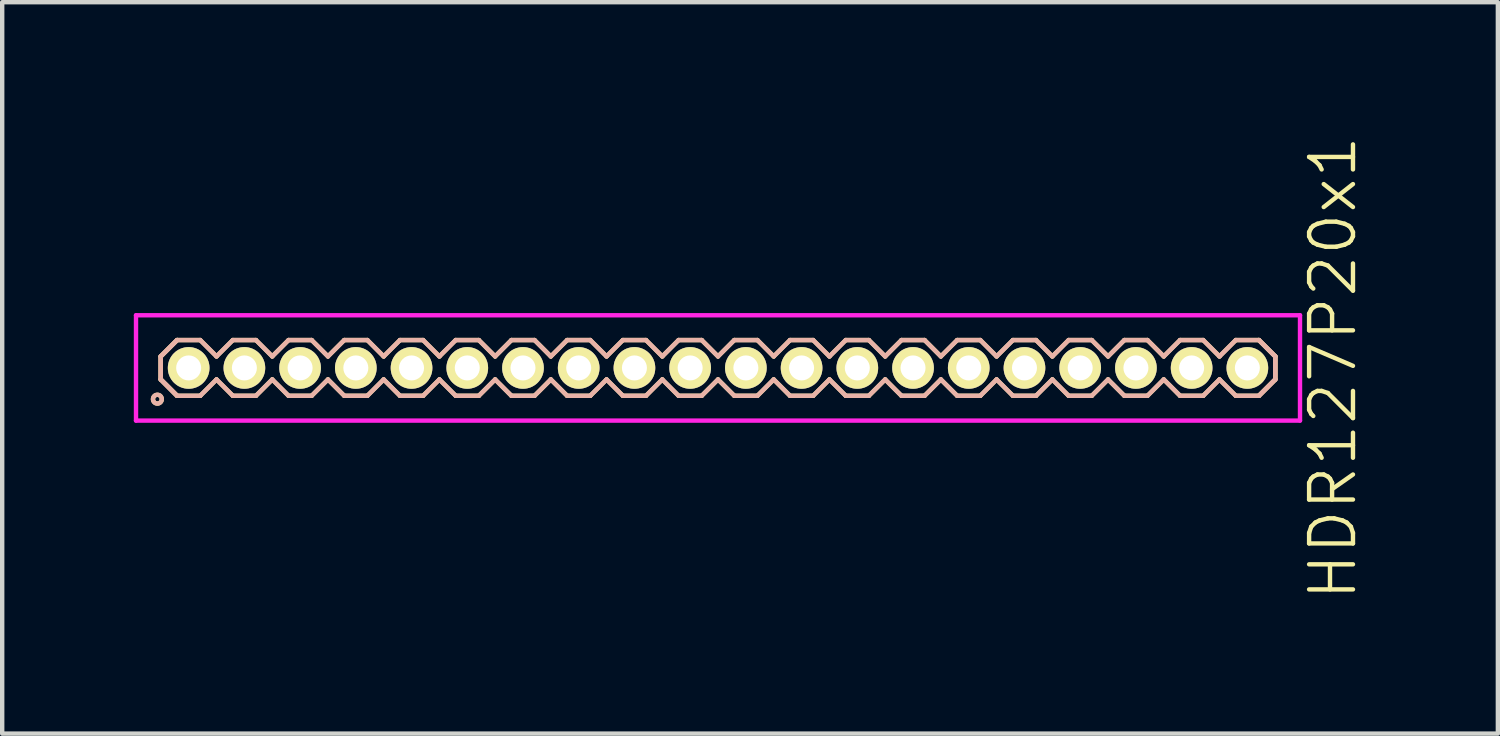
<source format=kicad_pcb>
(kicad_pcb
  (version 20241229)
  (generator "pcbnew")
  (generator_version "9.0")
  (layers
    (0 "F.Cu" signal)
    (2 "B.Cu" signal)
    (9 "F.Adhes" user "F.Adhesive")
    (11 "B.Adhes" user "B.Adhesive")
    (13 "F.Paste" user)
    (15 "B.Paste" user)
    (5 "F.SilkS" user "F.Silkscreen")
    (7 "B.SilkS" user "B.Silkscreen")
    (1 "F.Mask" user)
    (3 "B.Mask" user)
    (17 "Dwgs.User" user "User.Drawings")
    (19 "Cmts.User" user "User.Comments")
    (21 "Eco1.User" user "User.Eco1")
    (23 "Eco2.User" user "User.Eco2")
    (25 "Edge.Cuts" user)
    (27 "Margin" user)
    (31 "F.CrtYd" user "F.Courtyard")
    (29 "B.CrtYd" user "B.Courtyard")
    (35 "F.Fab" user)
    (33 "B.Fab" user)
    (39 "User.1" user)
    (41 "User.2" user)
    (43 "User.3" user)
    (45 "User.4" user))
  (footprint "HDR127P20x1"
    (layer "F.Cu")
    (at 13.315 5.336)
    (property "Reference" "HDR127P20x1" (at 14.015 0 90) (layer "F.SilkS") (effects (font (size 1 1) (thickness 0.1))))
    (attr through_hole)
    (fp_line (start -12.7 -0.263) (end -12.328 -0.635) (stroke (width 0.1) (type solid)) (layer "F.SilkS"))
    (fp_line (start -12.7 -0.263) (end -12.328 -0.635) (stroke (width 0.1) (type solid)) (layer "F.SilkS"))
    (fp_line (start -12.7 0.263) (end -12.7 -0.263) (stroke (width 0.1) (type solid)) (layer "F.SilkS"))
    (fp_line (start -12.7 0.263) (end -12.7 -0.263) (stroke (width 0.1) (type solid)) (layer "F.SilkS"))
    (fp_line (start -12.328 -0.635) (end -11.802 -0.635) (stroke (width 0.1) (type solid)) (layer "F.SilkS"))
    (fp_line (start -12.328 0.635) (end -12.7 0.263) (stroke (width 0.1) (type solid)) (layer "F.SilkS"))
    (fp_line (start -12.328 0.635) (end -12.7 0.263) (stroke (width 0.1) (type solid)) (layer "F.SilkS"))
    (fp_line (start -11.802 -0.635) (end -11.43 -0.263) (stroke (width 0.1) (type solid)) (layer "F.SilkS"))
    (fp_line (start -11.802 0.635) (end -12.328 0.635) (stroke (width 0.1) (type solid)) (layer "F.SilkS"))
    (fp_line (start -11.43 -0.263) (end -11.058 -0.635) (stroke (width 0.1) (type solid)) (layer "F.SilkS"))
    (fp_line (start -11.43 0.263) (end -11.802 0.635) (stroke (width 0.1) (type solid)) (layer "F.SilkS"))
    (fp_line (start -11.058 -0.635) (end -10.532 -0.635) (stroke (width 0.1) (type solid)) (layer "F.SilkS"))
    (fp_line (start -11.058 0.635) (end -11.43 0.263) (stroke (width 0.1) (type solid)) (layer "F.SilkS"))
    (fp_line (start -10.532 -0.635) (end -10.16 -0.263) (stroke (width 0.1) (type solid)) (layer "F.SilkS"))
    (fp_line (start -10.532 0.635) (end -11.058 0.635) (stroke (width 0.1) (type solid)) (layer "F.SilkS"))
    (fp_line (start -10.16 -0.263) (end -9.788 -0.635) (stroke (width 0.1) (type solid)) (layer "F.SilkS"))
    (fp_line (start -10.16 0.263) (end -10.532 0.635) (stroke (width 0.1) (type solid)) (layer "F.SilkS"))
    (fp_line (start -9.788 -0.635) (end -9.262 -0.635) (stroke (width 0.1) (type solid)) (layer "F.SilkS"))
    (fp_line (start -9.788 0.635) (end -10.16 0.263) (stroke (width 0.1) (type solid)) (layer "F.SilkS"))
    (fp_line (start -9.262 -0.635) (end -8.89 -0.263) (stroke (width 0.1) (type solid)) (layer "F.SilkS"))
    (fp_line (start -9.262 0.635) (end -9.788 0.635) (stroke (width 0.1) (type solid)) (layer "F.SilkS"))
    (fp_line (start -8.89 -0.263) (end -8.518 -0.635) (stroke (width 0.1) (type solid)) (layer "F.SilkS"))
    (fp_line (start -8.89 0.263) (end -9.262 0.635) (stroke (width 0.1) (type solid)) (layer "F.SilkS"))
    (fp_line (start -8.518 -0.635) (end -7.992 -0.635) (stroke (width 0.1) (type solid)) (layer "F.SilkS"))
    (fp_line (start -8.518 0.635) (end -8.89 0.263) (stroke (width 0.1) (type solid)) (layer "F.SilkS"))
    (fp_line (start -7.992 -0.635) (end -7.62 -0.263) (stroke (width 0.1) (type solid)) (layer "F.SilkS"))
    (fp_line (start -7.992 0.635) (end -8.518 0.635) (stroke (width 0.1) (type solid)) (layer "F.SilkS"))
    (fp_line (start -7.62 -0.263) (end -7.248 -0.635) (stroke (width 0.1) (type solid)) (layer "F.SilkS"))
    (fp_line (start -7.62 0.263) (end -7.992 0.635) (stroke (width 0.1) (type solid)) (layer "F.SilkS"))
    (fp_line (start -7.248 -0.635) (end -6.722 -0.635) (stroke (width 0.1) (type solid)) (layer "F.SilkS"))
    (fp_line (start -7.248 0.635) (end -7.62 0.263) (stroke (width 0.1) (type solid)) (layer "F.SilkS"))
    (fp_line (start -6.722 -0.635) (end -6.35 -0.263) (stroke (width 0.1) (type solid)) (layer "F.SilkS"))
    (fp_line (start -6.722 0.635) (end -7.248 0.635) (stroke (width 0.1) (type solid)) (layer "F.SilkS"))
    (fp_line (start -6.35 -0.263) (end -5.978 -0.635) (stroke (width 0.1) (type solid)) (layer "F.SilkS"))
    (fp_line (start -6.35 0.263) (end -6.722 0.635) (stroke (width 0.1) (type solid)) (layer "F.SilkS"))
    (fp_line (start -5.978 -0.635) (end -5.452 -0.635) (stroke (width 0.1) (type solid)) (layer "F.SilkS"))
    (fp_line (start -5.978 0.635) (end -6.35 0.263) (stroke (width 0.1) (type solid)) (layer "F.SilkS"))
    (fp_line (start -5.452 -0.635) (end -5.08 -0.263) (stroke (width 0.1) (type solid)) (layer "F.SilkS"))
    (fp_line (start -5.452 0.635) (end -5.978 0.635) (stroke (width 0.1) (type solid)) (layer "F.SilkS"))
    (fp_line (start -5.08 -0.263) (end -4.708 -0.635) (stroke (width 0.1) (type solid)) (layer "F.SilkS"))
    (fp_line (start -5.08 0.263) (end -5.452 0.635) (stroke (width 0.1) (type solid)) (layer "F.SilkS"))
    (fp_line (start -4.708 -0.635) (end -4.182 -0.635) (stroke (width 0.1) (type solid)) (layer "F.SilkS"))
    (fp_line (start -4.708 0.635) (end -5.08 0.263) (stroke (width 0.1) (type solid)) (layer "F.SilkS"))
    (fp_line (start -4.182 -0.635) (end -3.81 -0.263) (stroke (width 0.1) (type solid)) (layer "F.SilkS"))
    (fp_line (start -4.182 0.635) (end -4.708 0.635) (stroke (width 0.1) (type solid)) (layer "F.SilkS"))
    (fp_line (start -3.81 -0.263) (end -3.438 -0.635) (stroke (width 0.1) (type solid)) (layer "F.SilkS"))
    (fp_line (start -3.81 0.263) (end -4.182 0.635) (stroke (width 0.1) (type solid)) (layer "F.SilkS"))
    (fp_line (start -3.438 -0.635) (end -2.912 -0.635) (stroke (width 0.1) (type solid)) (layer "F.SilkS"))
    (fp_line (start -3.438 0.635) (end -3.81 0.263) (stroke (width 0.1) (type solid)) (layer "F.SilkS"))
    (fp_line (start -2.912 -0.635) (end -2.54 -0.263) (stroke (width 0.1) (type solid)) (layer "F.SilkS"))
    (fp_line (start -2.912 0.635) (end -3.438 0.635) (stroke (width 0.1) (type solid)) (layer "F.SilkS"))
    (fp_line (start -2.54 -0.263) (end -2.168 -0.635) (stroke (width 0.1) (type solid)) (layer "F.SilkS"))
    (fp_line (start -2.54 0.263) (end -2.912 0.635) (stroke (width 0.1) (type solid)) (layer "F.SilkS"))
    (fp_line (start -2.168 -0.635) (end -1.642 -0.635) (stroke (width 0.1) (type solid)) (layer "F.SilkS"))
    (fp_line (start -2.168 0.635) (end -2.54 0.263) (stroke (width 0.1) (type solid)) (layer "F.SilkS"))
    (fp_line (start -1.642 -0.635) (end -1.27 -0.263) (stroke (width 0.1) (type solid)) (layer "F.SilkS"))
    (fp_line (start -1.642 0.635) (end -2.168 0.635) (stroke (width 0.1) (type solid)) (layer "F.SilkS"))
    (fp_line (start -1.27 -0.263) (end -0.898 -0.635) (stroke (width 0.1) (type solid)) (layer "F.SilkS"))
    (fp_line (start -1.27 0.263) (end -1.642 0.635) (stroke (width 0.1) (type solid)) (layer "F.SilkS"))
    (fp_line (start -0.898 -0.635) (end -0.372 -0.635) (stroke (width 0.1) (type solid)) (layer "F.SilkS"))
    (fp_line (start -0.898 0.635) (end -1.27 0.263) (stroke (width 0.1) (type solid)) (layer "F.SilkS"))
    (fp_line (start -0.372 -0.635) (end 0 -0.263) (stroke (width 0.1) (type solid)) (layer "F.SilkS"))
    (fp_line (start -0.372 0.635) (end -0.898 0.635) (stroke (width 0.1) (type solid)) (layer "F.SilkS"))
    (fp_line (start 0 -0.263) (end 0.372 -0.635) (stroke (width 0.1) (type solid)) (layer "F.SilkS"))
    (fp_line (start 0 0.263) (end -0.372 0.635) (stroke (width 0.1) (type solid)) (layer "F.SilkS"))
    (fp_line (start 0.372 -0.635) (end 0.898 -0.635) (stroke (width 0.1) (type solid)) (layer "F.SilkS"))
    (fp_line (start 0.372 0.635) (end 0 0.263) (stroke (width 0.1) (type solid)) (layer "F.SilkS"))
    (fp_line (start 0.898 -0.635) (end 1.27 -0.263) (stroke (width 0.1) (type solid)) (layer "F.SilkS"))
    (fp_line (start 0.898 0.635) (end 0.372 0.635) (stroke (width 0.1) (type solid)) (layer "F.SilkS"))
    (fp_line (start 1.27 -0.263) (end 1.642 -0.635) (stroke (width 0.1) (type solid)) (layer "F.SilkS"))
    (fp_line (start 1.27 0.263) (end 0.898 0.635) (stroke (width 0.1) (type solid)) (layer "F.SilkS"))
    (fp_line (start 1.642 -0.635) (end 2.168 -0.635) (stroke (width 0.1) (type solid)) (layer "F.SilkS"))
    (fp_line (start 1.642 0.635) (end 1.27 0.263) (stroke (width 0.1) (type solid)) (layer "F.SilkS"))
    (fp_line (start 2.168 -0.635) (end 2.54 -0.263) (stroke (width 0.1) (type solid)) (layer "F.SilkS"))
    (fp_line (start 2.168 0.635) (end 1.642 0.635) (stroke (width 0.1) (type solid)) (layer "F.SilkS"))
    (fp_line (start 2.54 -0.263) (end 2.912 -0.635) (stroke (width 0.1) (type solid)) (layer "F.SilkS"))
    (fp_line (start 2.54 0.263) (end 2.168 0.635) (stroke (width 0.1) (type solid)) (layer "F.SilkS"))
    (fp_line (start 2.912 -0.635) (end 3.438 -0.635) (stroke (width 0.1) (type solid)) (layer "F.SilkS"))
    (fp_line (start 2.912 0.635) (end 2.54 0.263) (stroke (width 0.1) (type solid)) (layer "F.SilkS"))
    (fp_line (start 3.438 -0.635) (end 3.81 -0.263) (stroke (width 0.1) (type solid)) (layer "F.SilkS"))
    (fp_line (start 3.438 0.635) (end 2.912 0.635) (stroke (width 0.1) (type solid)) (layer "F.SilkS"))
    (fp_line (start 3.81 -0.263) (end 4.182 -0.635) (stroke (width 0.1) (type solid)) (layer "F.SilkS"))
    (fp_line (start 3.81 0.263) (end 3.438 0.635) (stroke (width 0.1) (type solid)) (layer "F.SilkS"))
    (fp_line (start 4.182 -0.635) (end 4.708 -0.635) (stroke (width 0.1) (type solid)) (layer "F.SilkS"))
    (fp_line (start 4.182 0.635) (end 3.81 0.263) (stroke (width 0.1) (type solid)) (layer "F.SilkS"))
    (fp_line (start 4.708 -0.635) (end 5.08 -0.263) (stroke (width 0.1) (type solid)) (layer "F.SilkS"))
    (fp_line (start 4.708 0.635) (end 4.182 0.635) (stroke (width 0.1) (type solid)) (layer "F.SilkS"))
    (fp_line (start 5.08 -0.263) (end 5.452 -0.635) (stroke (width 0.1) (type solid)) (layer "F.SilkS"))
    (fp_line (start 5.08 0.263) (end 4.708 0.635) (stroke (width 0.1) (type solid)) (layer "F.SilkS"))
    (fp_line (start 5.452 -0.635) (end 5.978 -0.635) (stroke (width 0.1) (type solid)) (layer "F.SilkS"))
    (fp_line (start 5.452 0.635) (end 5.08 0.263) (stroke (width 0.1) (type solid)) (layer "F.SilkS"))
    (fp_line (start 5.978 -0.635) (end 6.35 -0.263) (stroke (width 0.1) (type solid)) (layer "F.SilkS"))
    (fp_line (start 5.978 0.635) (end 5.452 0.635) (stroke (width 0.1) (type solid)) (layer "F.SilkS"))
    (fp_line (start 6.35 -0.263) (end 6.722 -0.635) (stroke (width 0.1) (type solid)) (layer "F.SilkS"))
    (fp_line (start 6.35 0.263) (end 5.978 0.635) (stroke (width 0.1) (type solid)) (layer "F.SilkS"))
    (fp_line (start 6.722 -0.635) (end 7.248 -0.635) (stroke (width 0.1) (type solid)) (layer "F.SilkS"))
    (fp_line (start 6.722 0.635) (end 6.35 0.263) (stroke (width 0.1) (type solid)) (layer "F.SilkS"))
    (fp_line (start 7.248 -0.635) (end 7.62 -0.263) (stroke (width 0.1) (type solid)) (layer "F.SilkS"))
    (fp_line (start 7.248 0.635) (end 6.722 0.635) (stroke (width 0.1) (type solid)) (layer "F.SilkS"))
    (fp_line (start 7.62 -0.263) (end 7.992 -0.635) (stroke (width 0.1) (type solid)) (layer "F.SilkS"))
    (fp_line (start 7.62 0.263) (end 7.248 0.635) (stroke (width 0.1) (type solid)) (layer "F.SilkS"))
    (fp_line (start 7.992 -0.635) (end 8.518 -0.635) (stroke (width 0.1) (type solid)) (layer "F.SilkS"))
    (fp_line (start 7.992 0.635) (end 7.62 0.263) (stroke (width 0.1) (type solid)) (layer "F.SilkS"))
    (fp_line (start 8.518 -0.635) (end 8.89 -0.263) (stroke (width 0.1) (type solid)) (layer "F.SilkS"))
    (fp_line (start 8.518 0.635) (end 7.992 0.635) (stroke (width 0.1) (type solid)) (layer "F.SilkS"))
    (fp_line (start 8.89 -0.263) (end 9.262 -0.635) (stroke (width 0.1) (type solid)) (layer "F.SilkS"))
    (fp_line (start 8.89 0.263) (end 8.518 0.635) (stroke (width 0.1) (type solid)) (layer "F.SilkS"))
    (fp_line (start 9.262 -0.635) (end 9.788 -0.635) (stroke (width 0.1) (type solid)) (layer "F.SilkS"))
    (fp_line (start 9.262 0.635) (end 8.89 0.263) (stroke (width 0.1) (type solid)) (layer "F.SilkS"))
    (fp_line (start 9.788 -0.635) (end 10.16 -0.263) (stroke (width 0.1) (type solid)) (layer "F.SilkS"))
    (fp_line (start 9.788 0.635) (end 9.262 0.635) (stroke (width 0.1) (type solid)) (layer "F.SilkS"))
    (fp_line (start 10.16 -0.263) (end 10.532 -0.635) (stroke (width 0.1) (type solid)) (layer "F.SilkS"))
    (fp_line (start 10.16 0.263) (end 9.788 0.635) (stroke (width 0.1) (type solid)) (layer "F.SilkS"))
    (fp_line (start 10.532 -0.635) (end 11.058 -0.635) (stroke (width 0.1) (type solid)) (layer "F.SilkS"))
    (fp_line (start 10.532 0.635) (end 10.16 0.263) (stroke (width 0.1) (type solid)) (layer "F.SilkS"))
    (fp_line (start 11.058 -0.635) (end 11.43 -0.263) (stroke (width 0.1) (type solid)) (layer "F.SilkS"))
    (fp_line (start 11.058 0.635) (end 10.532 0.635) (stroke (width 0.1) (type solid)) (layer "F.SilkS"))
    (fp_line (start 11.43 -0.263) (end 11.802 -0.635) (stroke (width 0.1) (type solid)) (layer "F.SilkS"))
    (fp_line (start 11.43 0.263) (end 11.058 0.635) (stroke (width 0.1) (type solid)) (layer "F.SilkS"))
    (fp_line (start 11.802 -0.635) (end 12.328 -0.635) (stroke (width 0.1) (type solid)) (layer "F.SilkS"))
    (fp_line (start 11.802 0.635) (end 11.43 0.263) (stroke (width 0.1) (type solid)) (layer "F.SilkS"))
    (fp_line (start 12.328 -0.635) (end 12.7 -0.263) (stroke (width 0.1) (type solid)) (layer "F.SilkS"))
    (fp_line (start 12.328 -0.635) (end 12.7 -0.263) (stroke (width 0.1) (type solid)) (layer "F.SilkS"))
    (fp_line (start 12.328 0.635) (end 11.802 0.635) (stroke (width 0.1) (type solid)) (layer "F.SilkS"))
    (fp_line (start 12.7 -0.263) (end 12.7 0.263) (stroke (width 0.1) (type solid)) (layer "F.SilkS"))
    (fp_line (start 12.7 -0.263) (end 12.7 0.263) (stroke (width 0.1) (type solid)) (layer "F.SilkS"))
    (fp_line (start 12.7 0.263) (end 12.328 0.635) (stroke (width 0.1) (type solid)) (layer "F.SilkS"))
    (fp_line (start 12.7 0.263) (end 12.328 0.635) (stroke (width 0.1) (type solid)) (layer "F.SilkS"))
    (fp_circle (center -12.778 0.712) (end -12.678 0.712) (stroke (width 0.1) (type solid)) (fill no) (layer "F.SilkS"))
    (fp_line (start -12.7 -0.263) (end -12.328 -0.635) (stroke (width 0.1) (type solid)) (layer "B.SilkS"))
    (fp_line (start -12.7 -0.263) (end -12.328 -0.635) (stroke (width 0.1) (type solid)) (layer "B.SilkS"))
    (fp_line (start -12.7 0.263) (end -12.7 -0.263) (stroke (width 0.1) (type solid)) (layer "B.SilkS"))
    (fp_line (start -12.7 0.263) (end -12.7 -0.263) (stroke (width 0.1) (type solid)) (layer "B.SilkS"))
    (fp_line (start -12.328 -0.635) (end -11.802 -0.635) (stroke (width 0.1) (type solid)) (layer "B.SilkS"))
    (fp_line (start -12.328 0.635) (end -12.7 0.263) (stroke (width 0.1) (type solid)) (layer "B.SilkS"))
    (fp_line (start -12.328 0.635) (end -12.7 0.263) (stroke (width 0.1) (type solid)) (layer "B.SilkS"))
    (fp_line (start -11.802 -0.635) (end -11.43 -0.263) (stroke (width 0.1) (type solid)) (layer "B.SilkS"))
    (fp_line (start -11.802 0.635) (end -12.328 0.635) (stroke (width 0.1) (type solid)) (layer "B.SilkS"))
    (fp_line (start -11.43 -0.263) (end -11.058 -0.635) (stroke (width 0.1) (type solid)) (layer "B.SilkS"))
    (fp_line (start -11.43 0.263) (end -11.802 0.635) (stroke (width 0.1) (type solid)) (layer "B.SilkS"))
    (fp_line (start -11.058 -0.635) (end -10.532 -0.635) (stroke (width 0.1) (type solid)) (layer "B.SilkS"))
    (fp_line (start -11.058 0.635) (end -11.43 0.263) (stroke (width 0.1) (type solid)) (layer "B.SilkS"))
    (fp_line (start -10.532 -0.635) (end -10.16 -0.263) (stroke (width 0.1) (type solid)) (layer "B.SilkS"))
    (fp_line (start -10.532 0.635) (end -11.058 0.635) (stroke (width 0.1) (type solid)) (layer "B.SilkS"))
    (fp_line (start -10.16 -0.263) (end -9.788 -0.635) (stroke (width 0.1) (type solid)) (layer "B.SilkS"))
    (fp_line (start -10.16 0.263) (end -10.532 0.635) (stroke (width 0.1) (type solid)) (layer "B.SilkS"))
    (fp_line (start -9.788 -0.635) (end -9.262 -0.635) (stroke (width 0.1) (type solid)) (layer "B.SilkS"))
    (fp_line (start -9.788 0.635) (end -10.16 0.263) (stroke (width 0.1) (type solid)) (layer "B.SilkS"))
    (fp_line (start -9.262 -0.635) (end -8.89 -0.263) (stroke (width 0.1) (type solid)) (layer "B.SilkS"))
    (fp_line (start -9.262 0.635) (end -9.788 0.635) (stroke (width 0.1) (type solid)) (layer "B.SilkS"))
    (fp_line (start -8.89 -0.263) (end -8.518 -0.635) (stroke (width 0.1) (type solid)) (layer "B.SilkS"))
    (fp_line (start -8.89 0.263) (end -9.262 0.635) (stroke (width 0.1) (type solid)) (layer "B.SilkS"))
    (fp_line (start -8.518 -0.635) (end -7.992 -0.635) (stroke (width 0.1) (type solid)) (layer "B.SilkS"))
    (fp_line (start -8.518 0.635) (end -8.89 0.263) (stroke (width 0.1) (type solid)) (layer "B.SilkS"))
    (fp_line (start -7.992 -0.635) (end -7.62 -0.263) (stroke (width 0.1) (type solid)) (layer "B.SilkS"))
    (fp_line (start -7.992 0.635) (end -8.518 0.635) (stroke (width 0.1) (type solid)) (layer "B.SilkS"))
    (fp_line (start -7.62 -0.263) (end -7.248 -0.635) (stroke (width 0.1) (type solid)) (layer "B.SilkS"))
    (fp_line (start -7.62 0.263) (end -7.992 0.635) (stroke (width 0.1) (type solid)) (layer "B.SilkS"))
    (fp_line (start -7.248 -0.635) (end -6.722 -0.635) (stroke (width 0.1) (type solid)) (layer "B.SilkS"))
    (fp_line (start -7.248 0.635) (end -7.62 0.263) (stroke (width 0.1) (type solid)) (layer "B.SilkS"))
    (fp_line (start -6.722 -0.635) (end -6.35 -0.263) (stroke (width 0.1) (type solid)) (layer "B.SilkS"))
    (fp_line (start -6.722 0.635) (end -7.248 0.635) (stroke (width 0.1) (type solid)) (layer "B.SilkS"))
    (fp_line (start -6.35 -0.263) (end -5.978 -0.635) (stroke (width 0.1) (type solid)) (layer "B.SilkS"))
    (fp_line (start -6.35 0.263) (end -6.722 0.635) (stroke (width 0.1) (type solid)) (layer "B.SilkS"))
    (fp_line (start -5.978 -0.635) (end -5.452 -0.635) (stroke (width 0.1) (type solid)) (layer "B.SilkS"))
    (fp_line (start -5.978 0.635) (end -6.35 0.263) (stroke (width 0.1) (type solid)) (layer "B.SilkS"))
    (fp_line (start -5.452 -0.635) (end -5.08 -0.263) (stroke (width 0.1) (type solid)) (layer "B.SilkS"))
    (fp_line (start -5.452 0.635) (end -5.978 0.635) (stroke (width 0.1) (type solid)) (layer "B.SilkS"))
    (fp_line (start -5.08 -0.263) (end -4.708 -0.635) (stroke (width 0.1) (type solid)) (layer "B.SilkS"))
    (fp_line (start -5.08 0.263) (end -5.452 0.635) (stroke (width 0.1) (type solid)) (layer "B.SilkS"))
    (fp_line (start -4.708 -0.635) (end -4.182 -0.635) (stroke (width 0.1) (type solid)) (layer "B.SilkS"))
    (fp_line (start -4.708 0.635) (end -5.08 0.263) (stroke (width 0.1) (type solid)) (layer "B.SilkS"))
    (fp_line (start -4.182 -0.635) (end -3.81 -0.263) (stroke (width 0.1) (type solid)) (layer "B.SilkS"))
    (fp_line (start -4.182 0.635) (end -4.708 0.635) (stroke (width 0.1) (type solid)) (layer "B.SilkS"))
    (fp_line (start -3.81 -0.263) (end -3.438 -0.635) (stroke (width 0.1) (type solid)) (layer "B.SilkS"))
    (fp_line (start -3.81 0.263) (end -4.182 0.635) (stroke (width 0.1) (type solid)) (layer "B.SilkS"))
    (fp_line (start -3.438 -0.635) (end -2.912 -0.635) (stroke (width 0.1) (type solid)) (layer "B.SilkS"))
    (fp_line (start -3.438 0.635) (end -3.81 0.263) (stroke (width 0.1) (type solid)) (layer "B.SilkS"))
    (fp_line (start -2.912 -0.635) (end -2.54 -0.263) (stroke (width 0.1) (type solid)) (layer "B.SilkS"))
    (fp_line (start -2.912 0.635) (end -3.438 0.635) (stroke (width 0.1) (type solid)) (layer "B.SilkS"))
    (fp_line (start -2.54 -0.263) (end -2.168 -0.635) (stroke (width 0.1) (type solid)) (layer "B.SilkS"))
    (fp_line (start -2.54 0.263) (end -2.912 0.635) (stroke (width 0.1) (type solid)) (layer "B.SilkS"))
    (fp_line (start -2.168 -0.635) (end -1.642 -0.635) (stroke (width 0.1) (type solid)) (layer "B.SilkS"))
    (fp_line (start -2.168 0.635) (end -2.54 0.263) (stroke (width 0.1) (type solid)) (layer "B.SilkS"))
    (fp_line (start -1.642 -0.635) (end -1.27 -0.263) (stroke (width 0.1) (type solid)) (layer "B.SilkS"))
    (fp_line (start -1.642 0.635) (end -2.168 0.635) (stroke (width 0.1) (type solid)) (layer "B.SilkS"))
    (fp_line (start -1.27 -0.263) (end -0.898 -0.635) (stroke (width 0.1) (type solid)) (layer "B.SilkS"))
    (fp_line (start -1.27 0.263) (end -1.642 0.635) (stroke (width 0.1) (type solid)) (layer "B.SilkS"))
    (fp_line (start -0.898 -0.635) (end -0.372 -0.635) (stroke (width 0.1) (type solid)) (layer "B.SilkS"))
    (fp_line (start -0.898 0.635) (end -1.27 0.263) (stroke (width 0.1) (type solid)) (layer "B.SilkS"))
    (fp_line (start -0.372 -0.635) (end 0 -0.263) (stroke (width 0.1) (type solid)) (layer "B.SilkS"))
    (fp_line (start -0.372 0.635) (end -0.898 0.635) (stroke (width 0.1) (type solid)) (layer "B.SilkS"))
    (fp_line (start 0 -0.263) (end 0.372 -0.635) (stroke (width 0.1) (type solid)) (layer "B.SilkS"))
    (fp_line (start 0 0.263) (end -0.372 0.635) (stroke (width 0.1) (type solid)) (layer "B.SilkS"))
    (fp_line (start 0.372 -0.635) (end 0.898 -0.635) (stroke (width 0.1) (type solid)) (layer "B.SilkS"))
    (fp_line (start 0.372 0.635) (end 0 0.263) (stroke (width 0.1) (type solid)) (layer "B.SilkS"))
    (fp_line (start 0.898 -0.635) (end 1.27 -0.263) (stroke (width 0.1) (type solid)) (layer "B.SilkS"))
    (fp_line (start 0.898 0.635) (end 0.372 0.635) (stroke (width 0.1) (type solid)) (layer "B.SilkS"))
    (fp_line (start 1.27 -0.263) (end 1.642 -0.635) (stroke (width 0.1) (type solid)) (layer "B.SilkS"))
    (fp_line (start 1.27 0.263) (end 0.898 0.635) (stroke (width 0.1) (type solid)) (layer "B.SilkS"))
    (fp_line (start 1.642 -0.635) (end 2.168 -0.635) (stroke (width 0.1) (type solid)) (layer "B.SilkS"))
    (fp_line (start 1.642 0.635) (end 1.27 0.263) (stroke (width 0.1) (type solid)) (layer "B.SilkS"))
    (fp_line (start 2.168 -0.635) (end 2.54 -0.263) (stroke (width 0.1) (type solid)) (layer "B.SilkS"))
    (fp_line (start 2.168 0.635) (end 1.642 0.635) (stroke (width 0.1) (type solid)) (layer "B.SilkS"))
    (fp_line (start 2.54 -0.263) (end 2.912 -0.635) (stroke (width 0.1) (type solid)) (layer "B.SilkS"))
    (fp_line (start 2.54 0.263) (end 2.168 0.635) (stroke (width 0.1) (type solid)) (layer "B.SilkS"))
    (fp_line (start 2.912 -0.635) (end 3.438 -0.635) (stroke (width 0.1) (type solid)) (layer "B.SilkS"))
    (fp_line (start 2.912 0.635) (end 2.54 0.263) (stroke (width 0.1) (type solid)) (layer "B.SilkS"))
    (fp_line (start 3.438 -0.635) (end 3.81 -0.263) (stroke (width 0.1) (type solid)) (layer "B.SilkS"))
    (fp_line (start 3.438 0.635) (end 2.912 0.635) (stroke (width 0.1) (type solid)) (layer "B.SilkS"))
    (fp_line (start 3.81 -0.263) (end 4.182 -0.635) (stroke (width 0.1) (type solid)) (layer "B.SilkS"))
    (fp_line (start 3.81 0.263) (end 3.438 0.635) (stroke (width 0.1) (type solid)) (layer "B.SilkS"))
    (fp_line (start 4.182 -0.635) (end 4.708 -0.635) (stroke (width 0.1) (type solid)) (layer "B.SilkS"))
    (fp_line (start 4.182 0.635) (end 3.81 0.263) (stroke (width 0.1) (type solid)) (layer "B.SilkS"))
    (fp_line (start 4.708 -0.635) (end 5.08 -0.263) (stroke (width 0.1) (type solid)) (layer "B.SilkS"))
    (fp_line (start 4.708 0.635) (end 4.182 0.635) (stroke (width 0.1) (type solid)) (layer "B.SilkS"))
    (fp_line (start 5.08 -0.263) (end 5.452 -0.635) (stroke (width 0.1) (type solid)) (layer "B.SilkS"))
    (fp_line (start 5.08 0.263) (end 4.708 0.635) (stroke (width 0.1) (type solid)) (layer "B.SilkS"))
    (fp_line (start 5.452 -0.635) (end 5.978 -0.635) (stroke (width 0.1) (type solid)) (layer "B.SilkS"))
    (fp_line (start 5.452 0.635) (end 5.08 0.263) (stroke (width 0.1) (type solid)) (layer "B.SilkS"))
    (fp_line (start 5.978 -0.635) (end 6.35 -0.263) (stroke (width 0.1) (type solid)) (layer "B.SilkS"))
    (fp_line (start 5.978 0.635) (end 5.452 0.635) (stroke (width 0.1) (type solid)) (layer "B.SilkS"))
    (fp_line (start 6.35 -0.263) (end 6.722 -0.635) (stroke (width 0.1) (type solid)) (layer "B.SilkS"))
    (fp_line (start 6.35 0.263) (end 5.978 0.635) (stroke (width 0.1) (type solid)) (layer "B.SilkS"))
    (fp_line (start 6.722 -0.635) (end 7.248 -0.635) (stroke (width 0.1) (type solid)) (layer "B.SilkS"))
    (fp_line (start 6.722 0.635) (end 6.35 0.263) (stroke (width 0.1) (type solid)) (layer "B.SilkS"))
    (fp_line (start 7.248 -0.635) (end 7.62 -0.263) (stroke (width 0.1) (type solid)) (layer "B.SilkS"))
    (fp_line (start 7.248 0.635) (end 6.722 0.635) (stroke (width 0.1) (type solid)) (layer "B.SilkS"))
    (fp_line (start 7.62 -0.263) (end 7.992 -0.635) (stroke (width 0.1) (type solid)) (layer "B.SilkS"))
    (fp_line (start 7.62 0.263) (end 7.248 0.635) (stroke (width 0.1) (type solid)) (layer "B.SilkS"))
    (fp_line (start 7.992 -0.635) (end 8.518 -0.635) (stroke (width 0.1) (type solid)) (layer "B.SilkS"))
    (fp_line (start 7.992 0.635) (end 7.62 0.263) (stroke (width 0.1) (type solid)) (layer "B.SilkS"))
    (fp_line (start 8.518 -0.635) (end 8.89 -0.263) (stroke (width 0.1) (type solid)) (layer "B.SilkS"))
    (fp_line (start 8.518 0.635) (end 7.992 0.635) (stroke (width 0.1) (type solid)) (layer "B.SilkS"))
    (fp_line (start 8.89 -0.263) (end 9.262 -0.635) (stroke (width 0.1) (type solid)) (layer "B.SilkS"))
    (fp_line (start 8.89 0.263) (end 8.518 0.635) (stroke (width 0.1) (type solid)) (layer "B.SilkS"))
    (fp_line (start 9.262 -0.635) (end 9.788 -0.635) (stroke (width 0.1) (type solid)) (layer "B.SilkS"))
    (fp_line (start 9.262 0.635) (end 8.89 0.263) (stroke (width 0.1) (type solid)) (layer "B.SilkS"))
    (fp_line (start 9.788 -0.635) (end 10.16 -0.263) (stroke (width 0.1) (type solid)) (layer "B.SilkS"))
    (fp_line (start 9.788 0.635) (end 9.262 0.635) (stroke (width 0.1) (type solid)) (layer "B.SilkS"))
    (fp_line (start 10.16 -0.263) (end 10.532 -0.635) (stroke (width 0.1) (type solid)) (layer "B.SilkS"))
    (fp_line (start 10.16 0.263) (end 9.788 0.635) (stroke (width 0.1) (type solid)) (layer "B.SilkS"))
    (fp_line (start 10.532 -0.635) (end 11.058 -0.635) (stroke (width 0.1) (type solid)) (layer "B.SilkS"))
    (fp_line (start 10.532 0.635) (end 10.16 0.263) (stroke (width 0.1) (type solid)) (layer "B.SilkS"))
    (fp_line (start 11.058 -0.635) (end 11.43 -0.263) (stroke (width 0.1) (type solid)) (layer "B.SilkS"))
    (fp_line (start 11.058 0.635) (end 10.532 0.635) (stroke (width 0.1) (type solid)) (layer "B.SilkS"))
    (fp_line (start 11.43 -0.263) (end 11.802 -0.635) (stroke (width 0.1) (type solid)) (layer "B.SilkS"))
    (fp_line (start 11.43 0.263) (end 11.058 0.635) (stroke (width 0.1) (type solid)) (layer "B.SilkS"))
    (fp_line (start 11.802 -0.635) (end 12.328 -0.635) (stroke (width 0.1) (type solid)) (layer "B.SilkS"))
    (fp_line (start 11.802 0.635) (end 11.43 0.263) (stroke (width 0.1) (type solid)) (layer "B.SilkS"))
    (fp_line (start 12.328 -0.635) (end 12.7 -0.263) (stroke (width 0.1) (type solid)) (layer "B.SilkS"))
    (fp_line (start 12.328 -0.635) (end 12.7 -0.263) (stroke (width 0.1) (type solid)) (layer "B.SilkS"))
    (fp_line (start 12.328 0.635) (end 11.802 0.635) (stroke (width 0.1) (type solid)) (layer "B.SilkS"))
    (fp_line (start 12.7 -0.263) (end 12.7 0.263) (stroke (width 0.1) (type solid)) (layer "B.SilkS"))
    (fp_line (start 12.7 -0.263) (end 12.7 0.263) (stroke (width 0.1) (type solid)) (layer "B.SilkS"))
    (fp_line (start 12.7 0.263) (end 12.328 0.635) (stroke (width 0.1) (type solid)) (layer "B.SilkS"))
    (fp_line (start 12.7 0.263) (end 12.328 0.635) (stroke (width 0.1) (type solid)) (layer "B.SilkS"))
    (fp_circle (center -12.778 0.712) (end -12.678 0.712) (stroke (width 0.1) (type solid)) (fill no) (layer "B.SilkS"))
    (fp_line (start -13.265 -1.2) (end -13.265 1.2) (stroke (width 0.1) (type solid)) (layer "F.CrtYd"))
    (fp_line (start -13.265 1.2) (end 13.265 1.2) (stroke (width 0.1) (type solid)) (layer "F.CrtYd"))
    (fp_line (start 13.265 -1.2) (end -13.265 -1.2) (stroke (width 0.1) (type solid)) (layer "F.CrtYd"))
    (fp_line (start 13.265 1.2) (end 13.265 -1.2) (stroke (width 0.1) (type solid)) (layer "F.CrtYd"))
    (pad "1" thru_hole oval (at -12.065 0) (size 0.95 0.95) (drill 0.57) (layers "*.Cu" "*.Mask" "F.SilkS"))
    (pad "2" thru_hole oval (at -10.795 0) (size 0.95 0.95) (drill 0.57) (layers "*.Cu" "*.Mask" "F.SilkS"))
    (pad "3" thru_hole oval (at -9.525 0) (size 0.95 0.95) (drill 0.57) (layers "*.Cu" "*.Mask" "F.SilkS"))
    (pad "4" thru_hole oval (at -8.255 0) (size 0.95 0.95) (drill 0.57) (layers "*.Cu" "*.Mask" "F.SilkS"))
    (pad "5" thru_hole oval (at -6.985 0) (size 0.95 0.95) (drill 0.57) (layers "*.Cu" "*.Mask" "F.SilkS"))
    (pad "6" thru_hole oval (at -5.715 0) (size 0.95 0.95) (drill 0.57) (layers "*.Cu" "*.Mask" "F.SilkS"))
    (pad "7" thru_hole oval (at -4.445 0) (size 0.95 0.95) (drill 0.57) (layers "*.Cu" "*.Mask" "F.SilkS"))
    (pad "8" thru_hole oval (at -3.175 0) (size 0.95 0.95) (drill 0.57) (layers "*.Cu" "*.Mask" "F.SilkS"))
    (pad "9" thru_hole oval (at -1.905 0) (size 0.95 0.95) (drill 0.57) (layers "*.Cu" "*.Mask" "F.SilkS"))
    (pad "10" thru_hole oval (at -0.635 0) (size 0.95 0.95) (drill 0.57) (layers "*.Cu" "*.Mask" "F.SilkS"))
    (pad "11" thru_hole oval (at 0.635 0) (size 0.95 0.95) (drill 0.57) (layers "*.Cu" "*.Mask" "F.SilkS"))
    (pad "12" thru_hole oval (at 1.905 0) (size 0.95 0.95) (drill 0.57) (layers "*.Cu" "*.Mask" "F.SilkS"))
    (pad "13" thru_hole oval (at 3.175 0) (size 0.95 0.95) (drill 0.57) (layers "*.Cu" "*.Mask" "F.SilkS"))
    (pad "14" thru_hole oval (at 4.445 0) (size 0.95 0.95) (drill 0.57) (layers "*.Cu" "*.Mask" "F.SilkS"))
    (pad "15" thru_hole oval (at 5.715 0) (size 0.95 0.95) (drill 0.57) (layers "*.Cu" "*.Mask" "F.SilkS"))
    (pad "16" thru_hole oval (at 6.985 0) (size 0.95 0.95) (drill 0.57) (layers "*.Cu" "*.Mask" "F.SilkS"))
    (pad "17" thru_hole oval (at 8.255 0) (size 0.95 0.95) (drill 0.57) (layers "*.Cu" "*.Mask" "F.SilkS"))
    (pad "18" thru_hole oval (at 9.525 0) (size 0.95 0.95) (drill 0.57) (layers "*.Cu" "*.Mask" "F.SilkS"))
    (pad "19" thru_hole oval (at 10.795 0) (size 0.95 0.95) (drill 0.57) (layers "*.Cu" "*.Mask" "F.SilkS"))
    (pad "20" thru_hole oval (at 12.065 0) (size 0.95 0.95) (drill 0.57) (layers "*.Cu" "*.Mask" "F.SilkS")))
  (gr_rect
    (start -3 -3)
    (end 31.09 13.671)
    (stroke (width 0.1) (type default))
    (fill no)
    (layer "Edge.Cuts")))
</source>
